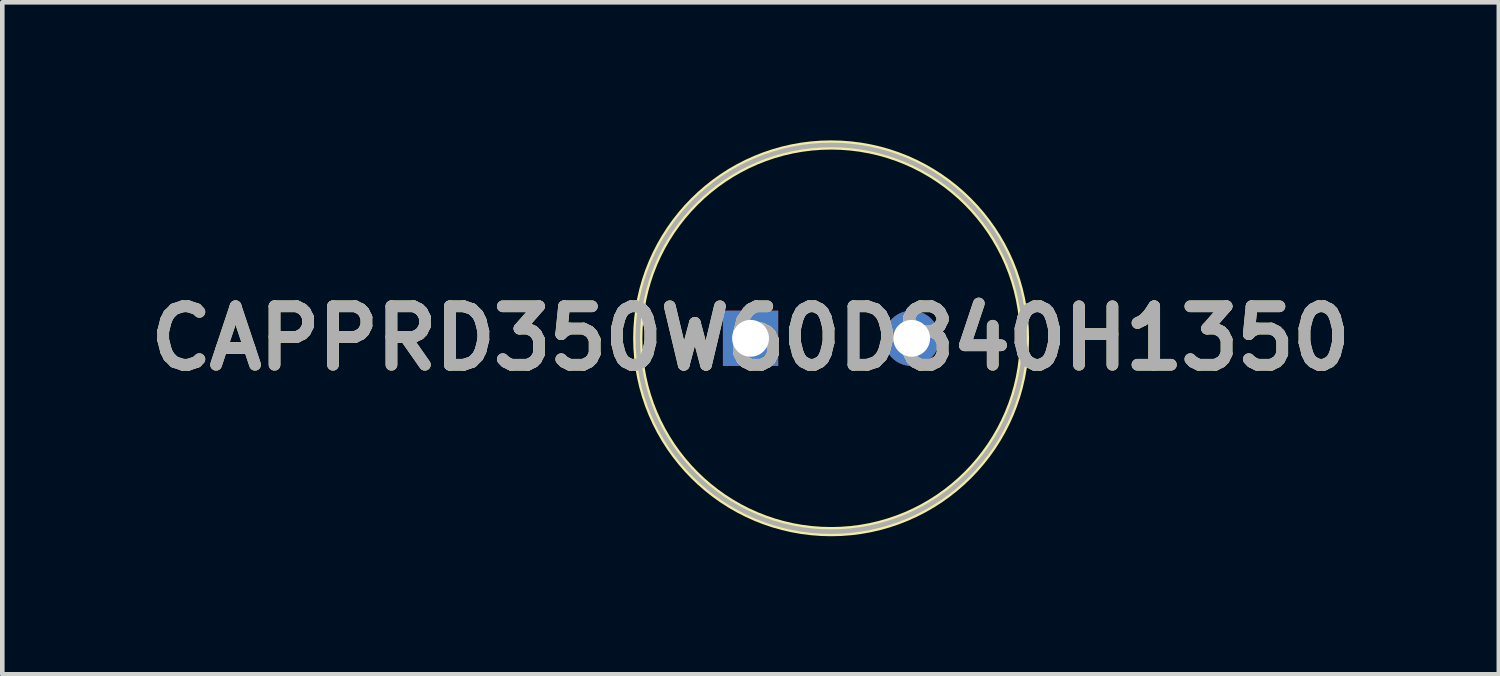
<source format=kicad_pcb>
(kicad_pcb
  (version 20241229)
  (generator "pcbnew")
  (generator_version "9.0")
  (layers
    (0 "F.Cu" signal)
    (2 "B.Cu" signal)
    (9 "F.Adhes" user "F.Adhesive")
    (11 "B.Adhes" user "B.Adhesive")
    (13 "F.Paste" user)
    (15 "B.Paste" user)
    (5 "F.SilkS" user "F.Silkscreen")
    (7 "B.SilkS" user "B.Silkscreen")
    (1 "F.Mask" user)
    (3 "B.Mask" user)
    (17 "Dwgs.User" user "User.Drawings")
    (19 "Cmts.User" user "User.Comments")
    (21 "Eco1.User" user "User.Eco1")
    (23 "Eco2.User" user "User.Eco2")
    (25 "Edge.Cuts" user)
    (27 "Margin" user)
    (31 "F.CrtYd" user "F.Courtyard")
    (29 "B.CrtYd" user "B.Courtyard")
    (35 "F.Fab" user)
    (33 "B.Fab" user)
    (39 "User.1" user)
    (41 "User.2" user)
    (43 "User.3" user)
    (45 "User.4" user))
  (footprint "CAPPRD350W60D840H1350"
    (layer "F.Cu")
    (at 13.256 4.3)
    (property "Reference" "CAPPRD350W60D840H1350" (at 0 0 0) (layer "F.SilkS") (effects (font (size 1.27 1.27) (thickness 0.254))))
    (attr through_hole)
    (fp_circle (center 1.75 0) (end 1.75 4.2) (stroke (width 0.2) (type solid)) (fill no) (layer "F.SilkS"))
    (fp_circle (center 1.75 0) (end 1.75 4.2) (stroke (width 0.1) (type solid)) (fill no) (layer "F.Fab"))
    (fp_text user "${REFERENCE}" (at 0 0 0) (layer "F.Fab") (effects (font (size 1.27 1.27) (thickness 0.254))))
    (pad "1" thru_hole rect (at 0 0) (size 1.2 1.2) (drill 0.8) (layers "*.Cu" "*.Mask"))
    (pad "2" thru_hole circle (at 3.5 0) (size 1.2 1.2) (drill 0.8) (layers "*.Cu" "*.Mask")))
  (gr_rect
    (start -3 -3)
    (end 29.513 11.6)
    (stroke (width 0.1) (type default))
    (fill no)
    (layer "Edge.Cuts")))
</source>
